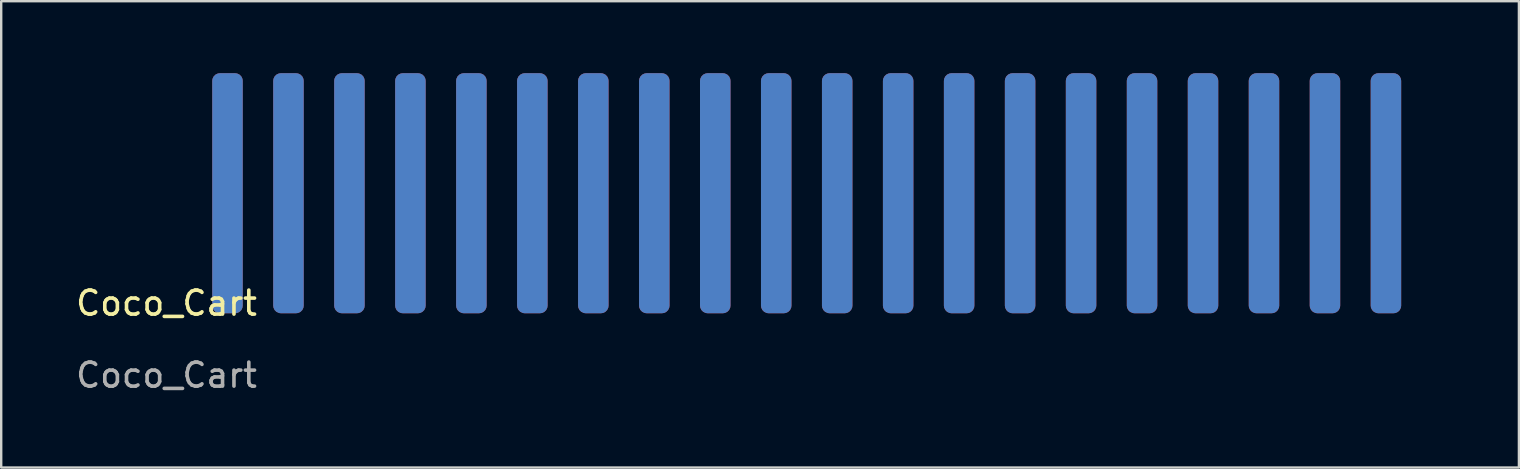
<source format=kicad_pcb>
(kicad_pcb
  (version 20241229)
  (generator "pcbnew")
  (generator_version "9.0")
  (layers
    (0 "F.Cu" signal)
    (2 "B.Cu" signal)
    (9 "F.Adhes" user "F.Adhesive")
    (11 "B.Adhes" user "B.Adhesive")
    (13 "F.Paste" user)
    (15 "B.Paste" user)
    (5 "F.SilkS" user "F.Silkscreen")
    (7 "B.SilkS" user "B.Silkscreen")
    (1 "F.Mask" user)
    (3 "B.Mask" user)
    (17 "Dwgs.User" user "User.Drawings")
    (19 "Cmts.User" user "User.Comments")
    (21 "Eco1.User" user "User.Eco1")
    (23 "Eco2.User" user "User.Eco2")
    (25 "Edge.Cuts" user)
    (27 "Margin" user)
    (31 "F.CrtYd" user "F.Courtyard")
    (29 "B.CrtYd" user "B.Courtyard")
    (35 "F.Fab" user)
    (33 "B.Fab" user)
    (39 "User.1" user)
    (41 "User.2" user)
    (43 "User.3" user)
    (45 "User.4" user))
  (footprint "Coco_Cart"
    (layer "F.Cu")
    (at 3.887 10.334)
    (property "Reference" "Coco_Cart" (at 0 -0.754 0) (unlocked yes) (layer "F.SilkS") (effects (font (size 1 1) (thickness 0.15))))
    (attr exclude_from_bom)
    (fp_text user "${REFERENCE}" (at 0 2.246 0) (unlocked yes) (layer "F.Fab") (effects (font (size 1 1) (thickness 0.15))))
    (pad "1" connect roundrect (at 2.54 -5.334) (size 1.27 10) (layers "F.Cu" "F.Mask") (roundrect_rratio 0.25))
    (pad "2" connect roundrect (at 2.54 -5.334) (size 1.27 10) (layers "B.Cu" "B.Mask") (roundrect_rratio 0.25))
    (pad "3" connect roundrect (at 5.08 -5.334) (size 1.27 10) (layers "F.Cu" "F.Mask") (roundrect_rratio 0.25))
    (pad "4" connect roundrect (at 5.08 -5.334) (size 1.27 10) (layers "B.Cu" "B.Mask") (roundrect_rratio 0.25))
    (pad "5" connect roundrect (at 7.62 -5.334) (size 1.27 10) (layers "F.Cu" "F.Mask") (roundrect_rratio 0.25))
    (pad "6" connect roundrect (at 7.62 -5.334) (size 1.27 10) (layers "B.Cu" "B.Mask") (roundrect_rratio 0.25))
    (pad "7" connect roundrect (at 10.16 -5.334) (size 1.27 10) (layers "F.Cu" "F.Mask") (roundrect_rratio 0.25))
    (pad "8" connect roundrect (at 10.16 -5.334) (size 1.27 10) (layers "B.Cu" "B.Mask") (roundrect_rratio 0.25))
    (pad "9" connect roundrect (at 12.7 -5.334) (size 1.27 10) (layers "F.Cu" "F.Mask") (roundrect_rratio 0.25))
    (pad "10" connect roundrect (at 12.7 -5.334) (size 1.27 10) (layers "B.Cu" "B.Mask") (roundrect_rratio 0.25))
    (pad "11" connect roundrect (at 15.24 -5.334) (size 1.27 10) (layers "F.Cu" "F.Mask") (roundrect_rratio 0.25))
    (pad "12" connect roundrect (at 15.24 -5.334) (size 1.27 10) (layers "B.Cu" "B.Mask") (roundrect_rratio 0.25))
    (pad "13" connect roundrect (at 17.78 -5.334) (size 1.27 10) (layers "F.Cu" "F.Mask") (roundrect_rratio 0.25))
    (pad "14" connect roundrect (at 17.78 -5.334) (size 1.27 10) (layers "B.Cu" "B.Mask") (roundrect_rratio 0.25))
    (pad "15" connect roundrect (at 20.32 -5.334) (size 1.27 10) (layers "F.Cu" "F.Mask") (roundrect_rratio 0.25))
    (pad "16" connect roundrect (at 20.32 -5.334) (size 1.27 10) (layers "B.Cu" "B.Mask") (roundrect_rratio 0.25))
    (pad "17" connect roundrect (at 22.86 -5.334) (size 1.27 10) (layers "F.Cu" "F.Mask") (roundrect_rratio 0.25))
    (pad "18" connect roundrect (at 22.86 -5.334) (size 1.27 10) (layers "B.Cu" "B.Mask") (roundrect_rratio 0.25))
    (pad "19" connect roundrect (at 25.4 -5.334) (size 1.27 10) (layers "F.Cu" "F.Mask") (roundrect_rratio 0.25))
    (pad "20" connect roundrect (at 25.4 -5.334) (size 1.27 10) (layers "B.Cu" "B.Mask") (roundrect_rratio 0.25))
    (pad "21" connect roundrect (at 27.94 -5.334) (size 1.27 10) (layers "F.Cu" "F.Mask") (roundrect_rratio 0.25))
    (pad "22" connect roundrect (at 27.94 -5.334) (size 1.27 10) (layers "B.Cu" "B.Mask") (roundrect_rratio 0.25))
    (pad "23" connect roundrect (at 30.48 -5.334) (size 1.27 10) (layers "F.Cu" "F.Mask") (roundrect_rratio 0.25))
    (pad "24" connect roundrect (at 30.48 -5.334) (size 1.27 10) (layers "B.Cu" "B.Mask") (roundrect_rratio 0.25))
    (pad "25" connect roundrect (at 33.02 -5.334) (size 1.27 10) (layers "F.Cu" "F.Mask") (roundrect_rratio 0.25))
    (pad "26" connect roundrect (at 33.02 -5.334) (size 1.27 10) (layers "B.Cu" "B.Mask") (roundrect_rratio 0.25))
    (pad "27" connect roundrect (at 35.56 -5.334) (size 1.27 10) (layers "F.Cu" "F.Mask") (roundrect_rratio 0.25))
    (pad "28" connect roundrect (at 35.56 -5.334) (size 1.27 10) (layers "B.Cu" "B.Mask") (roundrect_rratio 0.25))
    (pad "29" connect roundrect (at 38.1 -5.334) (size 1.27 10) (layers "F.Cu" "F.Mask") (roundrect_rratio 0.25))
    (pad "30" connect roundrect (at 38.1 -5.334) (size 1.27 10) (layers "B.Cu" "B.Mask") (roundrect_rratio 0.25))
    (pad "31" connect roundrect (at 40.64 -5.334) (size 1.27 10) (layers "F.Cu" "F.Mask") (roundrect_rratio 0.25))
    (pad "32" connect roundrect (at 40.64 -5.334) (size 1.27 10) (layers "B.Cu" "B.Mask") (roundrect_rratio 0.25))
    (pad "33" connect roundrect (at 43.18 -5.334) (size 1.27 10) (layers "F.Cu" "F.Mask") (roundrect_rratio 0.25))
    (pad "34" connect roundrect (at 43.18 -5.334) (size 1.27 10) (layers "B.Cu" "B.Mask") (roundrect_rratio 0.25))
    (pad "35" connect roundrect (at 45.72 -5.334) (size 1.27 10) (layers "F.Cu" "F.Mask") (roundrect_rratio 0.25))
    (pad "36" connect roundrect (at 45.72 -5.334) (size 1.27 10) (layers "B.Cu" "B.Mask") (roundrect_rratio 0.25))
    (pad "37" connect roundrect (at 48.26 -5.334) (size 1.27 10) (layers "F.Cu" "F.Mask") (roundrect_rratio 0.25))
    (pad "38" connect roundrect (at 48.26 -5.334) (size 1.27 10) (layers "B.Cu" "B.Mask") (roundrect_rratio 0.25))
    (pad "39" connect roundrect (at 50.8 -5.334) (size 1.27 10) (layers "F.Cu" "F.Mask") (roundrect_rratio 0.25))
    (pad "40" connect roundrect (at 50.8 -5.334) (size 1.27 10) (layers "B.Cu" "B.Mask") (roundrect_rratio 0.25))
    (zone (net_name "") (layer "F.Cu") (hatch edge 0.508) (connect_pads) (min_thickness 0.254) (filled_areas_thickness no) (keepout (tracks not_allowed) (vias not_allowed) (pads not_allowed) (copperpour allowed) (footprints allowed)) (placement (enabled no)) (fill) (polygon (pts (xy 5.792 10.334) (xy 3.887 10.334) (xy 3.887 0.318) (xy 5.792 0.318))))
    (zone (net_name "") (layer "F.Cu") (hatch edge 0.508) (connect_pads) (min_thickness 0.254) (filled_areas_thickness no) (keepout (tracks not_allowed) (vias not_allowed) (pads not_allowed) (copperpour allowed) (footprints allowed)) (placement (enabled no)) (fill) (polygon (pts (xy 8.332 10.08) (xy 7.062 10.08) (xy 7.062 0.318) (xy 8.332 0.318))))
    (zone (net_name "") (layer "F.Cu") (hatch edge 0.508) (connect_pads) (min_thickness 0.254) (filled_areas_thickness no) (keepout (tracks not_allowed) (vias not_allowed) (pads not_allowed) (copperpour allowed) (footprints allowed)) (placement (enabled no)) (fill) (polygon (pts (xy 10.872 10.08) (xy 9.602 10.08) (xy 9.602 0.318) (xy 10.872 0.318))))
    (zone (net_name "") (layer "F.Cu") (hatch edge 0.508) (connect_pads) (min_thickness 0.254) (filled_areas_thickness no) (keepout (tracks not_allowed) (vias not_allowed) (pads not_allowed) (copperpour allowed) (footprints allowed)) (placement (enabled no)) (fill) (polygon (pts (xy 13.412 10.08) (xy 12.142 10.08) (xy 12.142 0.318) (xy 13.412 0.318))))
    (zone (net_name "") (layer "F.Cu") (hatch edge 0.508) (connect_pads) (min_thickness 0.254) (filled_areas_thickness no) (keepout (tracks not_allowed) (vias not_allowed) (pads not_allowed) (copperpour allowed) (footprints allowed)) (placement (enabled no)) (fill) (polygon (pts (xy 15.952 10.08) (xy 14.682 10.08) (xy 14.682 0.318) (xy 15.952 0.318))))
    (zone (net_name "") (layer "F.Cu") (hatch edge 0.508) (connect_pads) (min_thickness 0.254) (filled_areas_thickness no) (keepout (tracks not_allowed) (vias not_allowed) (pads not_allowed) (copperpour allowed) (footprints allowed)) (placement (enabled no)) (fill) (polygon (pts (xy 18.492 10.08) (xy 17.222 10.08) (xy 17.222 0.318) (xy 18.492 0.318))))
    (zone (net_name "") (layer "F.Cu") (hatch edge 0.508) (connect_pads) (min_thickness 0.254) (filled_areas_thickness no) (keepout (tracks not_allowed) (vias not_allowed) (pads not_allowed) (copperpour allowed) (footprints allowed)) (placement (enabled no)) (fill) (polygon (pts (xy 21.032 10.08) (xy 19.762 10.08) (xy 19.762 0.318) (xy 21.032 0.318))))
    (zone (net_name "") (layer "F.Cu") (hatch edge 0.508) (connect_pads) (min_thickness 0.254) (filled_areas_thickness no) (keepout (tracks not_allowed) (vias not_allowed) (pads not_allowed) (copperpour allowed) (footprints allowed)) (placement (enabled no)) (fill) (polygon (pts (xy 23.572 10.08) (xy 22.302 10.08) (xy 22.302 0.318) (xy 23.572 0.318))))
    (zone (net_name "") (layer "F.Cu") (hatch edge 0.508) (connect_pads) (min_thickness 0.254) (filled_areas_thickness no) (keepout (tracks not_allowed) (vias not_allowed) (pads not_allowed) (copperpour allowed) (footprints allowed)) (placement (enabled no)) (fill) (polygon (pts (xy 26.112 10.08) (xy 24.842 10.08) (xy 24.842 0.318) (xy 26.112 0.318))))
    (zone (net_name "") (layer "F.Cu") (hatch edge 0.508) (connect_pads) (min_thickness 0.254) (filled_areas_thickness no) (keepout (tracks not_allowed) (vias not_allowed) (pads not_allowed) (copperpour allowed) (footprints allowed)) (placement (enabled no)) (fill) (polygon (pts (xy 28.652 10.08) (xy 27.382 10.08) (xy 27.382 0.318) (xy 28.652 0.318))))
    (zone (net_name "") (layer "F.Cu") (hatch edge 0.508) (connect_pads) (min_thickness 0.254) (filled_areas_thickness no) (keepout (tracks not_allowed) (vias not_allowed) (pads not_allowed) (copperpour allowed) (footprints allowed)) (placement (enabled no)) (fill) (polygon (pts (xy 31.192 10.08) (xy 29.922 10.08) (xy 29.922 0.318) (xy 31.192 0.318))))
    (zone (net_name "") (layer "F.Cu") (hatch edge 0.508) (connect_pads) (min_thickness 0.254) (filled_areas_thickness no) (keepout (tracks not_allowed) (vias not_allowed) (pads not_allowed) (copperpour allowed) (footprints allowed)) (placement (enabled no)) (fill) (polygon (pts (xy 33.732 10.08) (xy 32.462 10.08) (xy 32.462 0.318) (xy 33.732 0.318))))
    (zone (net_name "") (layer "F.Cu") (hatch edge 0.508) (connect_pads) (min_thickness 0.254) (filled_areas_thickness no) (keepout (tracks not_allowed) (vias not_allowed) (pads not_allowed) (copperpour allowed) (footprints allowed)) (placement (enabled no)) (fill) (polygon (pts (xy 36.272 10.08) (xy 35.002 10.08) (xy 35.002 0.318) (xy 36.272 0.318))))
    (zone (net_name "") (layer "F.Cu") (hatch edge 0.508) (connect_pads) (min_thickness 0.254) (filled_areas_thickness no) (keepout (tracks not_allowed) (vias not_allowed) (pads not_allowed) (copperpour allowed) (footprints allowed)) (placement (enabled no)) (fill) (polygon (pts (xy 38.812 10.08) (xy 37.542 10.08) (xy 37.542 0.318) (xy 38.812 0.318))))
    (zone (net_name "") (layer "F.Cu") (hatch edge 0.508) (connect_pads) (min_thickness 0.254) (filled_areas_thickness no) (keepout (tracks not_allowed) (vias not_allowed) (pads not_allowed) (copperpour allowed) (footprints allowed)) (placement (enabled no)) (fill) (polygon (pts (xy 41.352 10.08) (xy 40.082 10.08) (xy 40.082 0.318) (xy 41.352 0.318))))
    (zone (net_name "") (layer "F.Cu") (hatch edge 0.508) (connect_pads) (min_thickness 0.254) (filled_areas_thickness no) (keepout (tracks not_allowed) (vias not_allowed) (pads not_allowed) (copperpour allowed) (footprints allowed)) (placement (enabled no)) (fill) (polygon (pts (xy 43.892 10.08) (xy 42.622 10.08) (xy 42.622 0.318) (xy 43.892 0.318))))
    (zone (net_name "") (layer "F.Cu") (hatch edge 0.508) (connect_pads) (min_thickness 0.254) (filled_areas_thickness no) (keepout (tracks not_allowed) (vias not_allowed) (pads not_allowed) (copperpour allowed) (footprints allowed)) (placement (enabled no)) (fill) (polygon (pts (xy 46.432 10.08) (xy 45.162 10.08) (xy 45.162 0.318) (xy 46.432 0.318))))
    (zone (net_name "") (layer "F.Cu") (hatch edge 0.508) (connect_pads) (min_thickness 0.254) (filled_areas_thickness no) (keepout (tracks not_allowed) (vias not_allowed) (pads not_allowed) (copperpour allowed) (footprints allowed)) (placement (enabled no)) (fill) (polygon (pts (xy 48.972 10.08) (xy 47.702 10.08) (xy 47.702 0.318) (xy 48.972 0.318))))
    (zone (net_name "") (layer "F.Cu") (hatch edge 0.508) (connect_pads) (min_thickness 0.254) (filled_areas_thickness no) (keepout (tracks not_allowed) (vias not_allowed) (pads not_allowed) (copperpour allowed) (footprints allowed)) (placement (enabled no)) (fill) (polygon (pts (xy 51.512 10.08) (xy 50.242 10.08) (xy 50.242 0.318) (xy 51.512 0.318))))
    (zone (net_name "") (layer "F.Cu") (hatch edge 0.508) (connect_pads) (min_thickness 0.254) (filled_areas_thickness no) (keepout (tracks not_allowed) (vias not_allowed) (pads not_allowed) (copperpour allowed) (footprints allowed)) (placement (enabled no)) (fill) (polygon (pts (xy 54.052 10.08) (xy 52.782 10.08) (xy 52.782 0.318) (xy 54.052 0.318))))
    (zone (net_name "") (layer "F.Cu") (hatch edge 0.508) (connect_pads) (min_thickness 0.254) (filled_areas_thickness no) (keepout (tracks not_allowed) (vias not_allowed) (pads not_allowed) (copperpour allowed) (footprints allowed)) (placement (enabled no)) (fill) (polygon (pts (xy 57.227 10.334) (xy 55.322 10.334) (xy 55.322 0.318) (xy 57.227 0.318))))
    (zone (net_name "") (layer "F.Mask") (hatch full 0.508) (connect_pads) (min_thickness 0.254) (filled_areas_thickness no) (keepout (tracks not_allowed) (vias not_allowed) (pads not_allowed) (copperpour allowed) (footprints allowed)) (placement (enabled no)) (fill) (polygon (pts (xy 57.227 10.334) (xy 3.887 10.334) (xy 3.887 0.301) (xy 57.227 0.301))))
    (zone (net_name "") (layer "B.Cu") (hatch edge 0.508) (connect_pads) (min_thickness 0.254) (filled_areas_thickness no) (keepout (tracks not_allowed) (vias not_allowed) (pads not_allowed) (copperpour allowed) (footprints allowed)) (placement (enabled no)) (fill) (polygon (pts (xy 5.792 10.334) (xy 3.887 10.334) (xy 3.887 0.318) (xy 5.792 0.318))))
    (zone (net_name "") (layer "B.Cu") (hatch edge 0.508) (connect_pads) (min_thickness 0.254) (filled_areas_thickness no) (keepout (tracks not_allowed) (vias not_allowed) (pads not_allowed) (copperpour allowed) (footprints allowed)) (placement (enabled no)) (fill) (polygon (pts (xy 8.332 10.08) (xy 7.062 10.08) (xy 7.062 0.318) (xy 8.332 0.318))))
    (zone (net_name "") (layer "B.Cu") (hatch edge 0.508) (connect_pads) (min_thickness 0.254) (filled_areas_thickness no) (keepout (tracks not_allowed) (vias not_allowed) (pads not_allowed) (copperpour allowed) (footprints allowed)) (placement (enabled no)) (fill) (polygon (pts (xy 10.872 10.08) (xy 9.602 10.08) (xy 9.602 0.318) (xy 10.872 0.318))))
    (zone (net_name "") (layer "B.Cu") (hatch edge 0.508) (connect_pads) (min_thickness 0.254) (filled_areas_thickness no) (keepout (tracks not_allowed) (vias not_allowed) (pads not_allowed) (copperpour allowed) (footprints allowed)) (placement (enabled no)) (fill) (polygon (pts (xy 13.412 10.08) (xy 12.142 10.08) (xy 12.142 0.318) (xy 13.412 0.318))))
    (zone (net_name "") (layer "B.Cu") (hatch edge 0.508) (connect_pads) (min_thickness 0.254) (filled_areas_thickness no) (keepout (tracks not_allowed) (vias not_allowed) (pads not_allowed) (copperpour allowed) (footprints allowed)) (placement (enabled no)) (fill) (polygon (pts (xy 15.952 10.08) (xy 14.682 10.08) (xy 14.682 0.318) (xy 15.952 0.318))))
    (zone (net_name "") (layer "B.Cu") (hatch edge 0.508) (connect_pads) (min_thickness 0.254) (filled_areas_thickness no) (keepout (tracks not_allowed) (vias not_allowed) (pads not_allowed) (copperpour allowed) (footprints allowed)) (placement (enabled no)) (fill) (polygon (pts (xy 18.492 10.08) (xy 17.222 10.08) (xy 17.222 0.318) (xy 18.492 0.318))))
    (zone (net_name "") (layer "B.Cu") (hatch edge 0.508) (connect_pads) (min_thickness 0.254) (filled_areas_thickness no) (keepout (tracks not_allowed) (vias not_allowed) (pads not_allowed) (copperpour allowed) (footprints allowed)) (placement (enabled no)) (fill) (polygon (pts (xy 21.032 10.08) (xy 19.762 10.08) (xy 19.762 0.318) (xy 21.032 0.318))))
    (zone (net_name "") (layer "B.Cu") (hatch edge 0.508) (connect_pads) (min_thickness 0.254) (filled_areas_thickness no) (keepout (tracks not_allowed) (vias not_allowed) (pads not_allowed) (copperpour allowed) (footprints allowed)) (placement (enabled no)) (fill) (polygon (pts (xy 23.572 10.08) (xy 22.302 10.08) (xy 22.302 0.318) (xy 23.572 0.318))))
    (zone (net_name "") (layer "B.Cu") (hatch edge 0.508) (connect_pads) (min_thickness 0.254) (filled_areas_thickness no) (keepout (tracks not_allowed) (vias not_allowed) (pads not_allowed) (copperpour allowed) (footprints allowed)) (placement (enabled no)) (fill) (polygon (pts (xy 26.112 10.08) (xy 24.842 10.08) (xy 24.842 0.318) (xy 26.112 0.318))))
    (zone (net_name "") (layer "B.Cu") (hatch edge 0.508) (connect_pads) (min_thickness 0.254) (filled_areas_thickness no) (keepout (tracks not_allowed) (vias not_allowed) (pads not_allowed) (copperpour allowed) (footprints allowed)) (placement (enabled no)) (fill) (polygon (pts (xy 28.652 10.08) (xy 27.382 10.08) (xy 27.382 0.318) (xy 28.652 0.318))))
    (zone (net_name "") (layer "B.Cu") (hatch edge 0.508) (connect_pads) (min_thickness 0.254) (filled_areas_thickness no) (keepout (tracks not_allowed) (vias not_allowed) (pads not_allowed) (copperpour allowed) (footprints allowed)) (placement (enabled no)) (fill) (polygon (pts (xy 31.192 10.08) (xy 29.922 10.08) (xy 29.922 0.318) (xy 31.192 0.318))))
    (zone (net_name "") (layer "B.Cu") (hatch edge 0.508) (connect_pads) (min_thickness 0.254) (filled_areas_thickness no) (keepout (tracks not_allowed) (vias not_allowed) (pads not_allowed) (copperpour allowed) (footprints allowed)) (placement (enabled no)) (fill) (polygon (pts (xy 33.732 10.08) (xy 32.462 10.08) (xy 32.462 0.318) (xy 33.732 0.318))))
    (zone (net_name "") (layer "B.Cu") (hatch edge 0.508) (connect_pads) (min_thickness 0.254) (filled_areas_thickness no) (keepout (tracks not_allowed) (vias not_allowed) (pads not_allowed) (copperpour allowed) (footprints allowed)) (placement (enabled no)) (fill) (polygon (pts (xy 36.272 10.08) (xy 35.002 10.08) (xy 35.002 0.318) (xy 36.272 0.318))))
    (zone (net_name "") (layer "B.Cu") (hatch edge 0.508) (connect_pads) (min_thickness 0.254) (filled_areas_thickness no) (keepout (tracks not_allowed) (vias not_allowed) (pads not_allowed) (copperpour allowed) (footprints allowed)) (placement (enabled no)) (fill) (polygon (pts (xy 38.812 10.08) (xy 37.542 10.08) (xy 37.542 0.318) (xy 38.812 0.318))))
    (zone (net_name "") (layer "B.Cu") (hatch edge 0.508) (connect_pads) (min_thickness 0.254) (filled_areas_thickness no) (keepout (tracks not_allowed) (vias not_allowed) (pads not_allowed) (copperpour allowed) (footprints allowed)) (placement (enabled no)) (fill) (polygon (pts (xy 41.352 10.08) (xy 40.082 10.08) (xy 40.082 0.318) (xy 41.352 0.318))))
    (zone (net_name "") (layer "B.Cu") (hatch edge 0.508) (connect_pads) (min_thickness 0.254) (filled_areas_thickness no) (keepout (tracks not_allowed) (vias not_allowed) (pads not_allowed) (copperpour allowed) (footprints allowed)) (placement (enabled no)) (fill) (polygon (pts (xy 43.892 10.08) (xy 42.622 10.08) (xy 42.622 0.318) (xy 43.892 0.318))))
    (zone (net_name "") (layer "B.Cu") (hatch edge 0.508) (connect_pads) (min_thickness 0.254) (filled_areas_thickness no) (keepout (tracks not_allowed) (vias not_allowed) (pads not_allowed) (copperpour allowed) (footprints allowed)) (placement (enabled no)) (fill) (polygon (pts (xy 46.432 10.08) (xy 45.162 10.08) (xy 45.162 0.318) (xy 46.432 0.318))))
    (zone (net_name "") (layer "B.Cu") (hatch edge 0.508) (connect_pads) (min_thickness 0.254) (filled_areas_thickness no) (keepout (tracks not_allowed) (vias not_allowed) (pads not_allowed) (copperpour allowed) (footprints allowed)) (placement (enabled no)) (fill) (polygon (pts (xy 48.972 10.08) (xy 47.702 10.08) (xy 47.702 0.318) (xy 48.972 0.318))))
    (zone (net_name "") (layer "B.Cu") (hatch edge 0.508) (connect_pads) (min_thickness 0.254) (filled_areas_thickness no) (keepout (tracks not_allowed) (vias not_allowed) (pads not_allowed) (copperpour allowed) (footprints allowed)) (placement (enabled no)) (fill) (polygon (pts (xy 51.512 10.08) (xy 50.242 10.08) (xy 50.242 0.318) (xy 51.512 0.318))))
    (zone (net_name "") (layer "B.Cu") (hatch edge 0.508) (connect_pads) (min_thickness 0.254) (filled_areas_thickness no) (keepout (tracks not_allowed) (vias not_allowed) (pads not_allowed) (copperpour allowed) (footprints allowed)) (placement (enabled no)) (fill) (polygon (pts (xy 54.052 10.08) (xy 52.782 10.08) (xy 52.782 0.318) (xy 54.052 0.318))))
    (zone (net_name "") (layer "B.Cu") (hatch edge 0.508) (connect_pads) (min_thickness 0.254) (filled_areas_thickness no) (keepout (tracks not_allowed) (vias not_allowed) (pads not_allowed) (copperpour allowed) (footprints allowed)) (placement (enabled no)) (fill) (polygon (pts (xy 57.227 10.334) (xy 55.322 10.334) (xy 55.322 0.318) (xy 57.227 0.318))))
    (zone (net_name "") (layer "B.Mask") (hatch edge 0.508) (connect_pads) (min_thickness 0.254) (filled_areas_thickness no) (keepout (tracks not_allowed) (vias not_allowed) (pads not_allowed) (copperpour allowed) (footprints allowed)) (placement (enabled no)) (fill) (polygon (pts (xy 57.227 10.334) (xy 3.887 10.334) (xy 3.887 0.301) (xy 57.227 0.301)))))
  (gr_rect
    (start -3 -3)
    (end 60.227 16.428)
    (stroke (width 0.1) (type default))
    (fill no)
    (layer "Edge.Cuts")))
</source>
